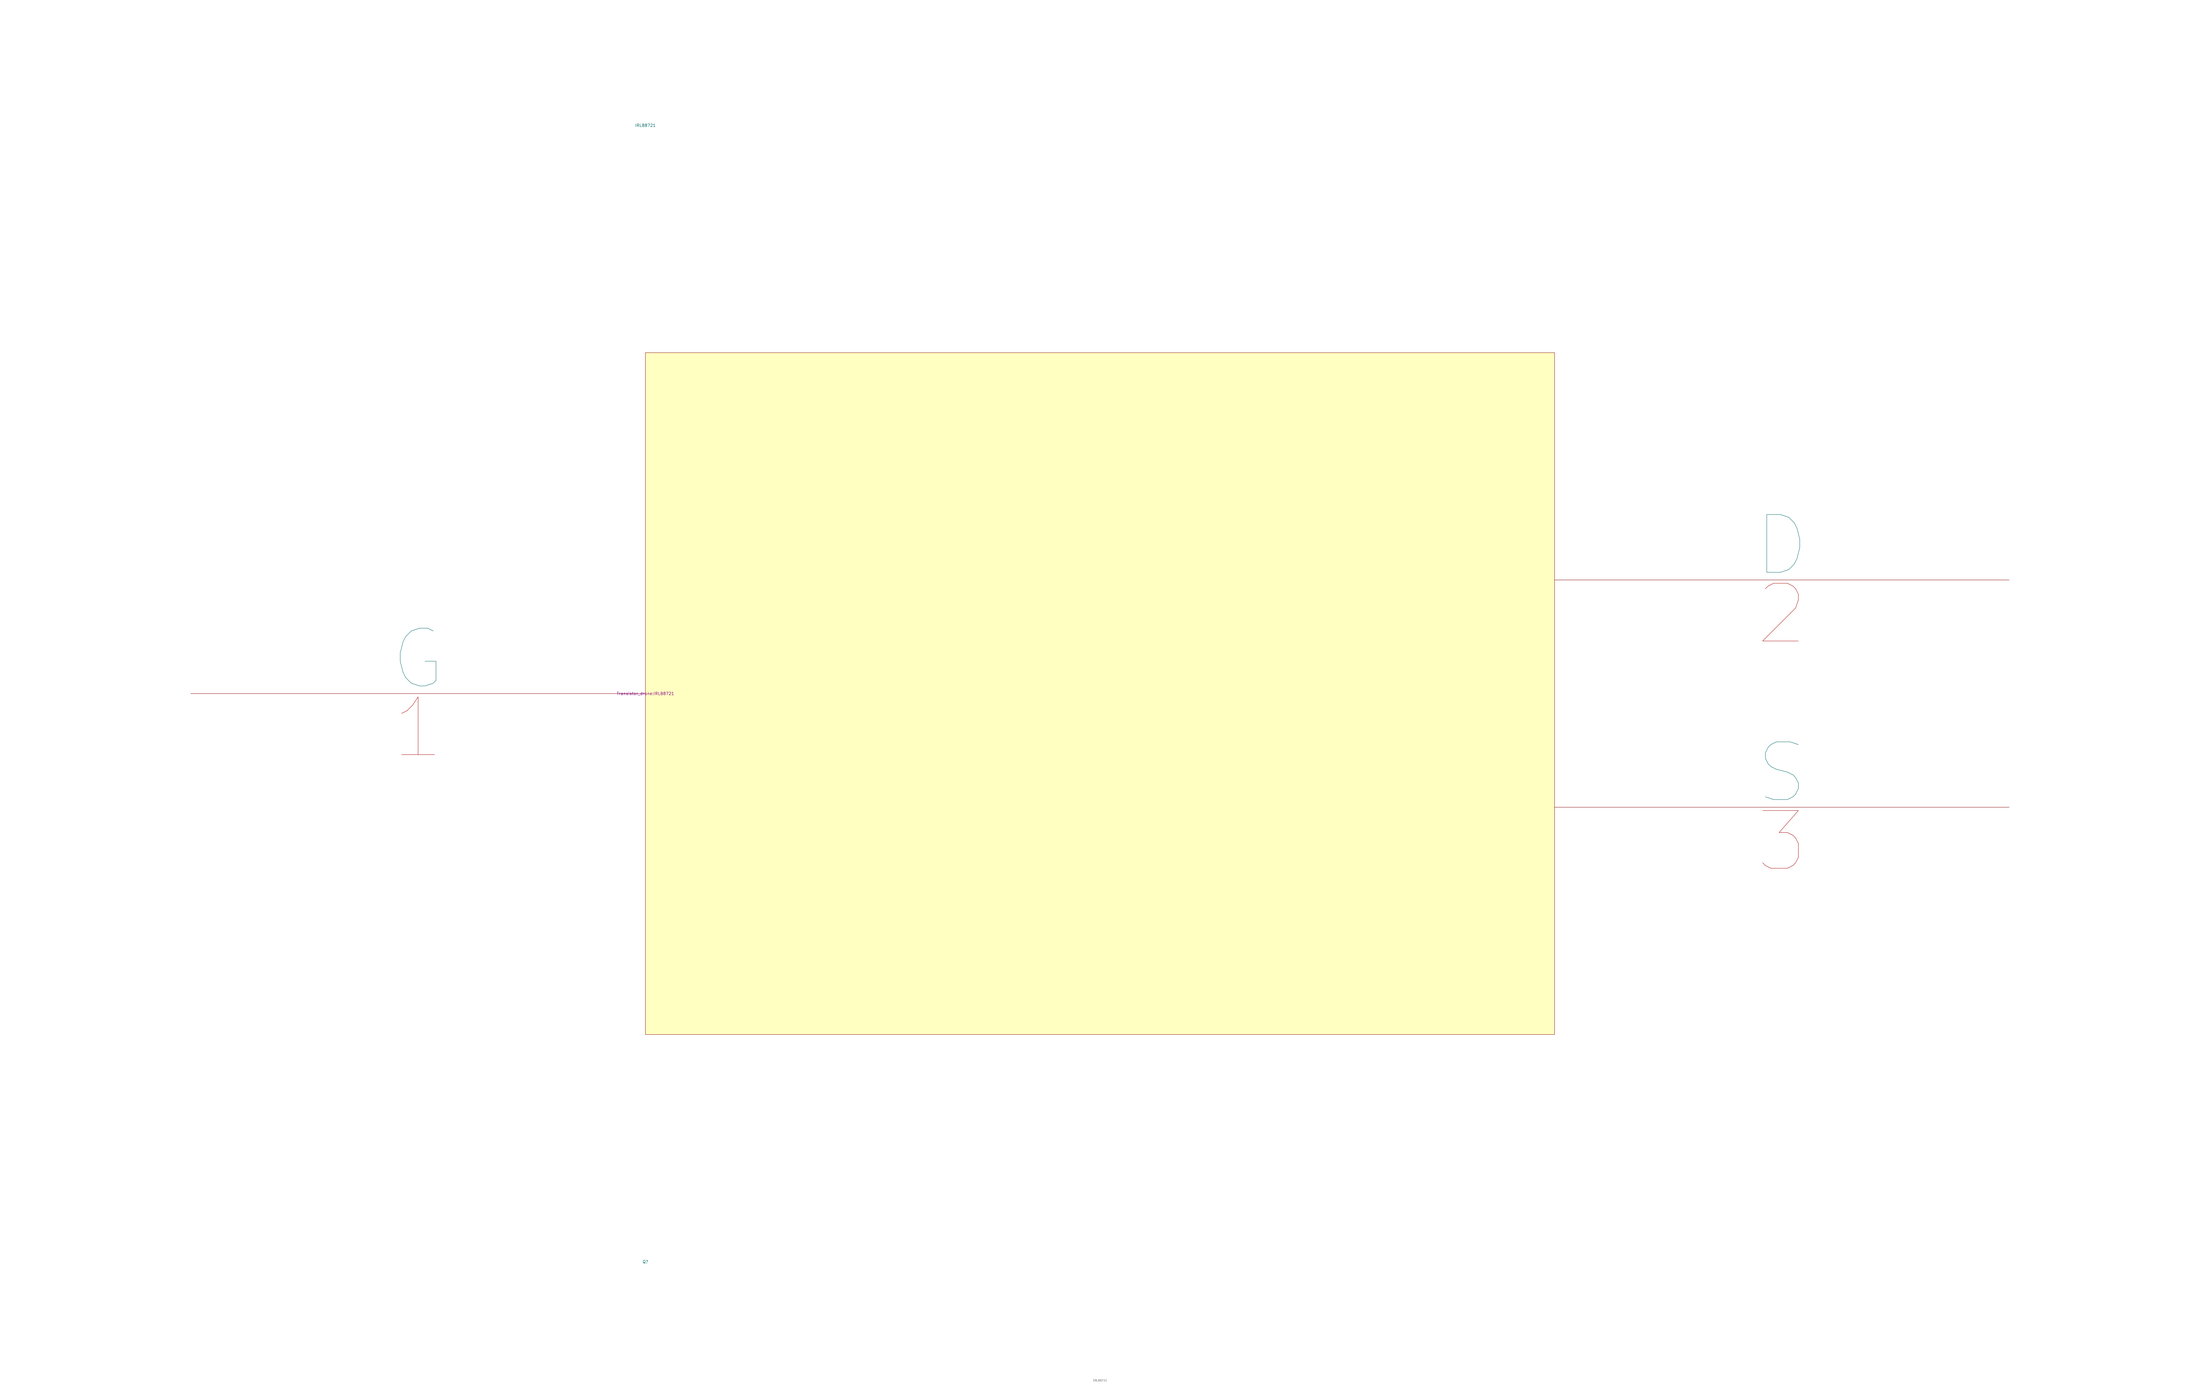
<source format=kicad_sym>
(kicad_symbol_lib
  (version 20231120)
  (generator "kicad_symbol_editor")
  (generator_version "8.0")
  (symbol "IRLB8721"
    (pin_names
      (offset 0))
    (property "Reference" "Q"
      (at 0 -250 0)
      (effects (font (size 1.27 1.27))))
    (property "Value" "IRLB8721"
      (at 0 250 0)
      (effects (font (size 1.27 1.27))))
    (property "Footprint" "Transistor_drone:IRLB8721"
      (at 0 0 0)
      (effects (font (size 1.27 1.27))))
    (property "Datasheet" ""
      (at 0 0 0)
      (effects (font (size 1.27 1.27))))
    (symbol "IRLB8721_1_1"
      (rectangle (start 0 150) (end 400 -150) (stroke (width 0.15) (type solid)) (fill (type background)))
      (pin passive line (at 0 0 180) (length 200) (name "G" (effects (font (size 25.4 25.4)))) (number "1" (effects (font (size 25.4 25.4)))))
      (pin passive line (at 400 50 0) (length 200) (name "D" (effects (font (size 25.4 25.4)))) (number "2" (effects (font (size 25.4 25.4)))))
      (pin passive line (at 400 -50 0) (length 200) (name "S" (effects (font (size 25.4 25.4)))) (number "3" (effects (font (size 25.4 25.4))))))))
</source>
